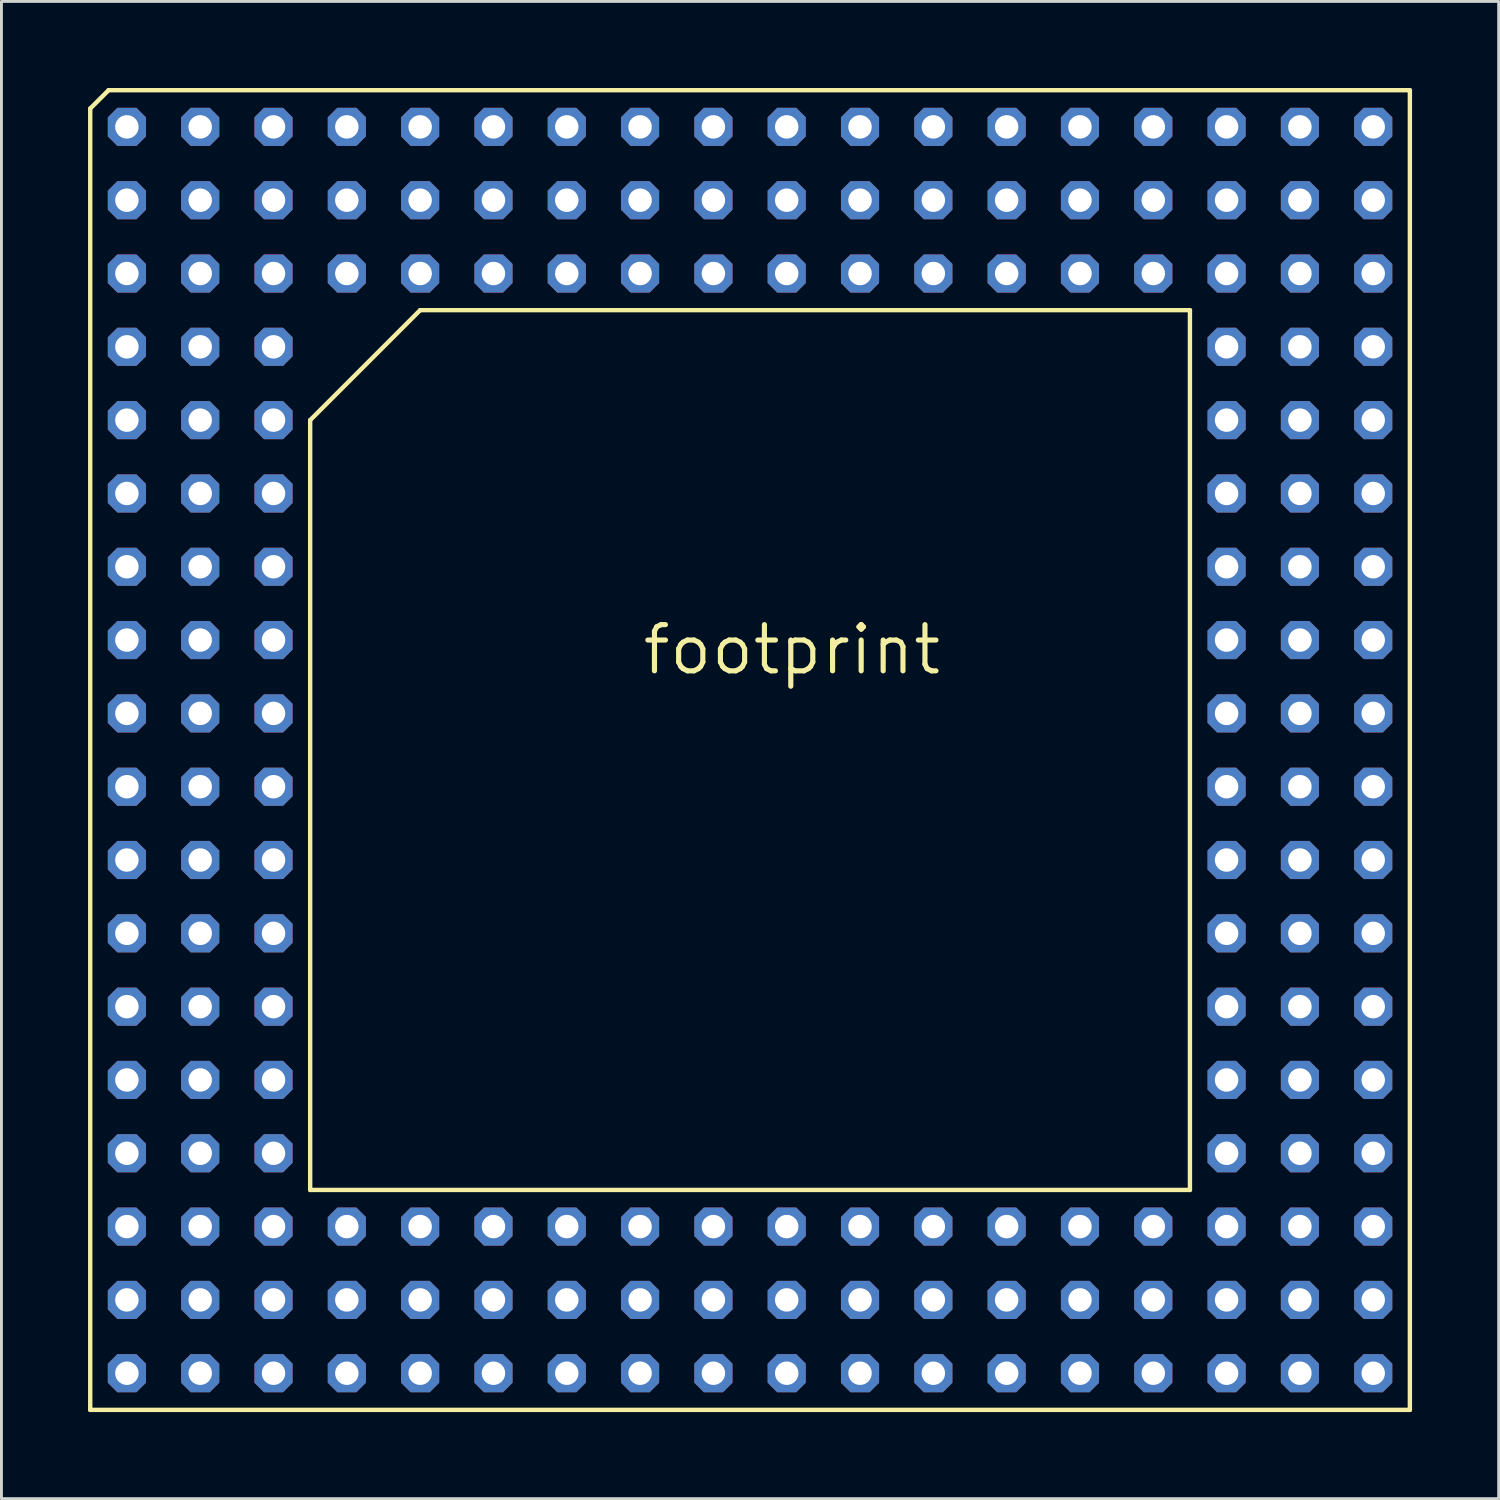
<source format=kicad_pcb>
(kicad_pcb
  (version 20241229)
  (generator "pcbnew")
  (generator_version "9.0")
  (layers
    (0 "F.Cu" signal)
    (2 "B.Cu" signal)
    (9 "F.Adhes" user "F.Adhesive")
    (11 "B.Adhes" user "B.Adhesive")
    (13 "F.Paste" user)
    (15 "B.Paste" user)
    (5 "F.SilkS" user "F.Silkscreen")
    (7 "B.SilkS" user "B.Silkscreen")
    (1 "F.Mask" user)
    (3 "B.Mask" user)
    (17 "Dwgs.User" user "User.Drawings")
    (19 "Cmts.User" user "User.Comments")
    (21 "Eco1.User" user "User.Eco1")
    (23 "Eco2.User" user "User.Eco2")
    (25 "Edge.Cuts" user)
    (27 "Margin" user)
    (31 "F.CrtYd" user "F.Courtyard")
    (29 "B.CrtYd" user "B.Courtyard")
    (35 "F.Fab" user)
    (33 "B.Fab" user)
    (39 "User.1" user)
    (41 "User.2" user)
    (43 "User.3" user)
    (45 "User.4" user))
  (footprint "footprint"
    (layer "F.Cu")
    (at 22.936 22.936)
    (property "Reference" "footprint" (at -3.81 -2.54 0) (layer "F.SilkS") (effects (font (size 1.6 1.6) (thickness 0.178)) (justify left bottom)))
    (fp_line (start -22.86 -22.225) (end -22.225 -22.86) (stroke (width 0.152) (type solid)) (layer "F.SilkS"))
    (fp_line (start -22.86 22.86) (end -22.86 -22.225) (stroke (width 0.152) (type solid)) (layer "F.SilkS"))
    (fp_line (start -22.225 -22.86) (end 22.86 -22.86) (stroke (width 0.152) (type solid)) (layer "F.SilkS"))
    (fp_line (start -15.24 -11.43) (end -15.24 15.24) (stroke (width 0.152) (type solid)) (layer "F.SilkS"))
    (fp_line (start -11.43 -15.24) (end -15.24 -11.43) (stroke (width 0.152) (type solid)) (layer "F.SilkS"))
    (fp_line (start -11.43 -15.24) (end 15.24 -15.24) (stroke (width 0.152) (type solid)) (layer "F.SilkS"))
    (fp_line (start 15.24 15.24) (end -15.24 15.24) (stroke (width 0.152) (type solid)) (layer "F.SilkS"))
    (fp_line (start 15.24 15.24) (end 15.24 -15.24) (stroke (width 0.152) (type solid)) (layer "F.SilkS"))
    (fp_line (start 22.86 -22.86) (end 22.86 22.86) (stroke (width 0.152) (type solid)) (layer "F.SilkS"))
    (fp_line (start 22.86 22.86) (end -22.86 22.86) (stroke (width 0.152) (type solid)) (layer "F.SilkS"))
    (pad "A01" thru_hole roundrect (at -21.59 -21.59 90) (size 1.321 1.321) (drill 0.813) (layers "*.Cu" "*.Mask") (roundrect_rratio 0.25) (chamfer_ratio 0.25) (chamfer top_left top_right bottom_left bottom_right))
    (pad "A02" thru_hole roundrect (at -19.05 -21.59 90) (size 1.321 1.321) (drill 0.813) (layers "*.Cu" "*.Mask") (roundrect_rratio 0.25) (chamfer_ratio 0.25) (chamfer top_left top_right bottom_left bottom_right))
    (pad "A03" thru_hole roundrect (at -16.51 -21.59 90) (size 1.321 1.321) (drill 0.813) (layers "*.Cu" "*.Mask") (roundrect_rratio 0.25) (chamfer_ratio 0.25) (chamfer top_left top_right bottom_left bottom_right))
    (pad "A04" thru_hole roundrect (at -13.97 -21.59 90) (size 1.321 1.321) (drill 0.813) (layers "*.Cu" "*.Mask") (roundrect_rratio 0.25) (chamfer_ratio 0.25) (chamfer top_left top_right bottom_left bottom_right))
    (pad "A05" thru_hole roundrect (at -11.43 -21.59 90) (size 1.321 1.321) (drill 0.813) (layers "*.Cu" "*.Mask") (roundrect_rratio 0.25) (chamfer_ratio 0.25) (chamfer top_left top_right bottom_left bottom_right))
    (pad "A06" thru_hole roundrect (at -8.89 -21.59 90) (size 1.321 1.321) (drill 0.813) (layers "*.Cu" "*.Mask") (roundrect_rratio 0.25) (chamfer_ratio 0.25) (chamfer top_left top_right bottom_left bottom_right))
    (pad "A07" thru_hole roundrect (at -6.35 -21.59 90) (size 1.321 1.321) (drill 0.813) (layers "*.Cu" "*.Mask") (roundrect_rratio 0.25) (chamfer_ratio 0.25) (chamfer top_left top_right bottom_left bottom_right))
    (pad "A08" thru_hole roundrect (at -3.81 -21.59 90) (size 1.321 1.321) (drill 0.813) (layers "*.Cu" "*.Mask") (roundrect_rratio 0.25) (chamfer_ratio 0.25) (chamfer top_left top_right bottom_left bottom_right))
    (pad "A09" thru_hole roundrect (at -1.27 -21.59 90) (size 1.321 1.321) (drill 0.813) (layers "*.Cu" "*.Mask") (roundrect_rratio 0.25) (chamfer_ratio 0.25) (chamfer top_left top_right bottom_left bottom_right))
    (pad "A10" thru_hole roundrect (at 1.27 -21.59 90) (size 1.321 1.321) (drill 0.813) (layers "*.Cu" "*.Mask") (roundrect_rratio 0.25) (chamfer_ratio 0.25) (chamfer top_left top_right bottom_left bottom_right))
    (pad "A11" thru_hole roundrect (at 3.81 -21.59 90) (size 1.321 1.321) (drill 0.813) (layers "*.Cu" "*.Mask") (roundrect_rratio 0.25) (chamfer_ratio 0.25) (chamfer top_left top_right bottom_left bottom_right))
    (pad "A12" thru_hole roundrect (at 6.35 -21.59 90) (size 1.321 1.321) (drill 0.813) (layers "*.Cu" "*.Mask") (roundrect_rratio 0.25) (chamfer_ratio 0.25) (chamfer top_left top_right bottom_left bottom_right))
    (pad "A13" thru_hole roundrect (at 8.89 -21.59 90) (size 1.321 1.321) (drill 0.813) (layers "*.Cu" "*.Mask") (roundrect_rratio 0.25) (chamfer_ratio 0.25) (chamfer top_left top_right bottom_left bottom_right))
    (pad "A14" thru_hole roundrect (at 11.43 -21.59 90) (size 1.321 1.321) (drill 0.813) (layers "*.Cu" "*.Mask") (roundrect_rratio 0.25) (chamfer_ratio 0.25) (chamfer top_left top_right bottom_left bottom_right))
    (pad "A15" thru_hole roundrect (at 13.97 -21.59 90) (size 1.321 1.321) (drill 0.813) (layers "*.Cu" "*.Mask") (roundrect_rratio 0.25) (chamfer_ratio 0.25) (chamfer top_left top_right bottom_left bottom_right))
    (pad "A16" thru_hole roundrect (at 16.51 -21.59 90) (size 1.321 1.321) (drill 0.813) (layers "*.Cu" "*.Mask") (roundrect_rratio 0.25) (chamfer_ratio 0.25) (chamfer top_left top_right bottom_left bottom_right))
    (pad "A17" thru_hole roundrect (at 19.05 -21.59 90) (size 1.321 1.321) (drill 0.813) (layers "*.Cu" "*.Mask") (roundrect_rratio 0.25) (chamfer_ratio 0.25) (chamfer top_left top_right bottom_left bottom_right))
    (pad "A18" thru_hole roundrect (at 21.59 -21.59 90) (size 1.321 1.321) (drill 0.813) (layers "*.Cu" "*.Mask") (roundrect_rratio 0.25) (chamfer_ratio 0.25) (chamfer top_left top_right bottom_left bottom_right))
    (pad "B01" thru_hole roundrect (at -21.59 -19.05 90) (size 1.321 1.321) (drill 0.813) (layers "*.Cu" "*.Mask") (roundrect_rratio 0.25) (chamfer_ratio 0.25) (chamfer top_left top_right bottom_left bottom_right))
    (pad "B02" thru_hole roundrect (at -19.05 -19.05 90) (size 1.321 1.321) (drill 0.813) (layers "*.Cu" "*.Mask") (roundrect_rratio 0.25) (chamfer_ratio 0.25) (chamfer top_left top_right bottom_left bottom_right))
    (pad "B03" thru_hole roundrect (at -16.51 -19.05 90) (size 1.321 1.321) (drill 0.813) (layers "*.Cu" "*.Mask") (roundrect_rratio 0.25) (chamfer_ratio 0.25) (chamfer top_left top_right bottom_left bottom_right))
    (pad "B04" thru_hole roundrect (at -13.97 -19.05 90) (size 1.321 1.321) (drill 0.813) (layers "*.Cu" "*.Mask") (roundrect_rratio 0.25) (chamfer_ratio 0.25) (chamfer top_left top_right bottom_left bottom_right))
    (pad "B05" thru_hole roundrect (at -11.43 -19.05 90) (size 1.321 1.321) (drill 0.813) (layers "*.Cu" "*.Mask") (roundrect_rratio 0.25) (chamfer_ratio 0.25) (chamfer top_left top_right bottom_left bottom_right))
    (pad "B06" thru_hole roundrect (at -8.89 -19.05 90) (size 1.321 1.321) (drill 0.813) (layers "*.Cu" "*.Mask") (roundrect_rratio 0.25) (chamfer_ratio 0.25) (chamfer top_left top_right bottom_left bottom_right))
    (pad "B07" thru_hole roundrect (at -6.35 -19.05 90) (size 1.321 1.321) (drill 0.813) (layers "*.Cu" "*.Mask") (roundrect_rratio 0.25) (chamfer_ratio 0.25) (chamfer top_left top_right bottom_left bottom_right))
    (pad "B08" thru_hole roundrect (at -3.81 -19.05 90) (size 1.321 1.321) (drill 0.813) (layers "*.Cu" "*.Mask") (roundrect_rratio 0.25) (chamfer_ratio 0.25) (chamfer top_left top_right bottom_left bottom_right))
    (pad "B09" thru_hole roundrect (at -1.27 -19.05 90) (size 1.321 1.321) (drill 0.813) (layers "*.Cu" "*.Mask") (roundrect_rratio 0.25) (chamfer_ratio 0.25) (chamfer top_left top_right bottom_left bottom_right))
    (pad "B10" thru_hole roundrect (at 1.27 -19.05 90) (size 1.321 1.321) (drill 0.813) (layers "*.Cu" "*.Mask") (roundrect_rratio 0.25) (chamfer_ratio 0.25) (chamfer top_left top_right bottom_left bottom_right))
    (pad "B11" thru_hole roundrect (at 3.81 -19.05 90) (size 1.321 1.321) (drill 0.813) (layers "*.Cu" "*.Mask") (roundrect_rratio 0.25) (chamfer_ratio 0.25) (chamfer top_left top_right bottom_left bottom_right))
    (pad "B12" thru_hole roundrect (at 6.35 -19.05 90) (size 1.321 1.321) (drill 0.813) (layers "*.Cu" "*.Mask") (roundrect_rratio 0.25) (chamfer_ratio 0.25) (chamfer top_left top_right bottom_left bottom_right))
    (pad "B13" thru_hole roundrect (at 8.89 -19.05 90) (size 1.321 1.321) (drill 0.813) (layers "*.Cu" "*.Mask") (roundrect_rratio 0.25) (chamfer_ratio 0.25) (chamfer top_left top_right bottom_left bottom_right))
    (pad "B14" thru_hole roundrect (at 11.43 -19.05 90) (size 1.321 1.321) (drill 0.813) (layers "*.Cu" "*.Mask") (roundrect_rratio 0.25) (chamfer_ratio 0.25) (chamfer top_left top_right bottom_left bottom_right))
    (pad "B15" thru_hole roundrect (at 13.97 -19.05 90) (size 1.321 1.321) (drill 0.813) (layers "*.Cu" "*.Mask") (roundrect_rratio 0.25) (chamfer_ratio 0.25) (chamfer top_left top_right bottom_left bottom_right))
    (pad "B16" thru_hole roundrect (at 16.51 -19.05 90) (size 1.321 1.321) (drill 0.813) (layers "*.Cu" "*.Mask") (roundrect_rratio 0.25) (chamfer_ratio 0.25) (chamfer top_left top_right bottom_left bottom_right))
    (pad "B17" thru_hole roundrect (at 19.05 -19.05 90) (size 1.321 1.321) (drill 0.813) (layers "*.Cu" "*.Mask") (roundrect_rratio 0.25) (chamfer_ratio 0.25) (chamfer top_left top_right bottom_left bottom_right))
    (pad "B18" thru_hole roundrect (at 21.59 -19.05 90) (size 1.321 1.321) (drill 0.813) (layers "*.Cu" "*.Mask") (roundrect_rratio 0.25) (chamfer_ratio 0.25) (chamfer top_left top_right bottom_left bottom_right))
    (pad "C01" thru_hole roundrect (at -21.59 -16.51 90) (size 1.321 1.321) (drill 0.813) (layers "*.Cu" "*.Mask") (roundrect_rratio 0.25) (chamfer_ratio 0.25) (chamfer top_left top_right bottom_left bottom_right))
    (pad "C02" thru_hole roundrect (at -19.05 -16.51 90) (size 1.321 1.321) (drill 0.813) (layers "*.Cu" "*.Mask") (roundrect_rratio 0.25) (chamfer_ratio 0.25) (chamfer top_left top_right bottom_left bottom_right))
    (pad "C03" thru_hole roundrect (at -16.51 -16.51 90) (size 1.321 1.321) (drill 0.813) (layers "*.Cu" "*.Mask") (roundrect_rratio 0.25) (chamfer_ratio 0.25) (chamfer top_left top_right bottom_left bottom_right))
    (pad "C04" thru_hole roundrect (at -13.97 -16.51 90) (size 1.321 1.321) (drill 0.813) (layers "*.Cu" "*.Mask") (roundrect_rratio 0.25) (chamfer_ratio 0.25) (chamfer top_left top_right bottom_left bottom_right))
    (pad "C05" thru_hole roundrect (at -11.43 -16.51 90) (size 1.321 1.321) (drill 0.813) (layers "*.Cu" "*.Mask") (roundrect_rratio 0.25) (chamfer_ratio 0.25) (chamfer top_left top_right bottom_left bottom_right))
    (pad "C06" thru_hole roundrect (at -8.89 -16.51 90) (size 1.321 1.321) (drill 0.813) (layers "*.Cu" "*.Mask") (roundrect_rratio 0.25) (chamfer_ratio 0.25) (chamfer top_left top_right bottom_left bottom_right))
    (pad "C07" thru_hole roundrect (at -6.35 -16.51 90) (size 1.321 1.321) (drill 0.813) (layers "*.Cu" "*.Mask") (roundrect_rratio 0.25) (chamfer_ratio 0.25) (chamfer top_left top_right bottom_left bottom_right))
    (pad "C08" thru_hole roundrect (at -3.81 -16.51 90) (size 1.321 1.321) (drill 0.813) (layers "*.Cu" "*.Mask") (roundrect_rratio 0.25) (chamfer_ratio 0.25) (chamfer top_left top_right bottom_left bottom_right))
    (pad "C09" thru_hole roundrect (at -1.27 -16.51 90) (size 1.321 1.321) (drill 0.813) (layers "*.Cu" "*.Mask") (roundrect_rratio 0.25) (chamfer_ratio 0.25) (chamfer top_left top_right bottom_left bottom_right))
    (pad "C10" thru_hole roundrect (at 1.27 -16.51 90) (size 1.321 1.321) (drill 0.813) (layers "*.Cu" "*.Mask") (roundrect_rratio 0.25) (chamfer_ratio 0.25) (chamfer top_left top_right bottom_left bottom_right))
    (pad "C11" thru_hole roundrect (at 3.81 -16.51 90) (size 1.321 1.321) (drill 0.813) (layers "*.Cu" "*.Mask") (roundrect_rratio 0.25) (chamfer_ratio 0.25) (chamfer top_left top_right bottom_left bottom_right))
    (pad "C12" thru_hole roundrect (at 6.35 -16.51 90) (size 1.321 1.321) (drill 0.813) (layers "*.Cu" "*.Mask") (roundrect_rratio 0.25) (chamfer_ratio 0.25) (chamfer top_left top_right bottom_left bottom_right))
    (pad "C13" thru_hole roundrect (at 8.89 -16.51 90) (size 1.321 1.321) (drill 0.813) (layers "*.Cu" "*.Mask") (roundrect_rratio 0.25) (chamfer_ratio 0.25) (chamfer top_left top_right bottom_left bottom_right))
    (pad "C14" thru_hole roundrect (at 11.43 -16.51 90) (size 1.321 1.321) (drill 0.813) (layers "*.Cu" "*.Mask") (roundrect_rratio 0.25) (chamfer_ratio 0.25) (chamfer top_left top_right bottom_left bottom_right))
    (pad "C15" thru_hole roundrect (at 13.97 -16.51 90) (size 1.321 1.321) (drill 0.813) (layers "*.Cu" "*.Mask") (roundrect_rratio 0.25) (chamfer_ratio 0.25) (chamfer top_left top_right bottom_left bottom_right))
    (pad "C16" thru_hole roundrect (at 16.51 -16.51 90) (size 1.321 1.321) (drill 0.813) (layers "*.Cu" "*.Mask") (roundrect_rratio 0.25) (chamfer_ratio 0.25) (chamfer top_left top_right bottom_left bottom_right))
    (pad "C17" thru_hole roundrect (at 19.05 -16.51 90) (size 1.321 1.321) (drill 0.813) (layers "*.Cu" "*.Mask") (roundrect_rratio 0.25) (chamfer_ratio 0.25) (chamfer top_left top_right bottom_left bottom_right))
    (pad "C18" thru_hole roundrect (at 21.59 -16.51 90) (size 1.321 1.321) (drill 0.813) (layers "*.Cu" "*.Mask") (roundrect_rratio 0.25) (chamfer_ratio 0.25) (chamfer top_left top_right bottom_left bottom_right))
    (pad "D01" thru_hole roundrect (at -21.59 -13.97 90) (size 1.321 1.321) (drill 0.813) (layers "*.Cu" "*.Mask") (roundrect_rratio 0.25) (chamfer_ratio 0.25) (chamfer top_left top_right bottom_left bottom_right))
    (pad "D02" thru_hole roundrect (at -19.05 -13.97 90) (size 1.321 1.321) (drill 0.813) (layers "*.Cu" "*.Mask") (roundrect_rratio 0.25) (chamfer_ratio 0.25) (chamfer top_left top_right bottom_left bottom_right))
    (pad "D03" thru_hole roundrect (at -16.51 -13.97 90) (size 1.321 1.321) (drill 0.813) (layers "*.Cu" "*.Mask") (roundrect_rratio 0.25) (chamfer_ratio 0.25) (chamfer top_left top_right bottom_left bottom_right))
    (pad "D16" thru_hole roundrect (at 16.51 -13.97 90) (size 1.321 1.321) (drill 0.813) (layers "*.Cu" "*.Mask") (roundrect_rratio 0.25) (chamfer_ratio 0.25) (chamfer top_left top_right bottom_left bottom_right))
    (pad "D17" thru_hole roundrect (at 19.05 -13.97 90) (size 1.321 1.321) (drill 0.813) (layers "*.Cu" "*.Mask") (roundrect_rratio 0.25) (chamfer_ratio 0.25) (chamfer top_left top_right bottom_left bottom_right))
    (pad "D18" thru_hole roundrect (at 21.59 -13.97 90) (size 1.321 1.321) (drill 0.813) (layers "*.Cu" "*.Mask") (roundrect_rratio 0.25) (chamfer_ratio 0.25) (chamfer top_left top_right bottom_left bottom_right))
    (pad "E01" thru_hole roundrect (at -21.59 -11.43 90) (size 1.321 1.321) (drill 0.813) (layers "*.Cu" "*.Mask") (roundrect_rratio 0.25) (chamfer_ratio 0.25) (chamfer top_left top_right bottom_left bottom_right))
    (pad "E02" thru_hole roundrect (at -19.05 -11.43 90) (size 1.321 1.321) (drill 0.813) (layers "*.Cu" "*.Mask") (roundrect_rratio 0.25) (chamfer_ratio 0.25) (chamfer top_left top_right bottom_left bottom_right))
    (pad "E03" thru_hole roundrect (at -16.51 -11.43 90) (size 1.321 1.321) (drill 0.813) (layers "*.Cu" "*.Mask") (roundrect_rratio 0.25) (chamfer_ratio 0.25) (chamfer top_left top_right bottom_left bottom_right))
    (pad "E16" thru_hole roundrect (at 16.51 -11.43 90) (size 1.321 1.321) (drill 0.813) (layers "*.Cu" "*.Mask") (roundrect_rratio 0.25) (chamfer_ratio 0.25) (chamfer top_left top_right bottom_left bottom_right))
    (pad "E17" thru_hole roundrect (at 19.05 -11.43 90) (size 1.321 1.321) (drill 0.813) (layers "*.Cu" "*.Mask") (roundrect_rratio 0.25) (chamfer_ratio 0.25) (chamfer top_left top_right bottom_left bottom_right))
    (pad "E18" thru_hole roundrect (at 21.59 -11.43 90) (size 1.321 1.321) (drill 0.813) (layers "*.Cu" "*.Mask") (roundrect_rratio 0.25) (chamfer_ratio 0.25) (chamfer top_left top_right bottom_left bottom_right))
    (pad "F01" thru_hole roundrect (at -21.59 -8.89 90) (size 1.321 1.321) (drill 0.813) (layers "*.Cu" "*.Mask") (roundrect_rratio 0.25) (chamfer_ratio 0.25) (chamfer top_left top_right bottom_left bottom_right))
    (pad "F02" thru_hole roundrect (at -19.05 -8.89 90) (size 1.321 1.321) (drill 0.813) (layers "*.Cu" "*.Mask") (roundrect_rratio 0.25) (chamfer_ratio 0.25) (chamfer top_left top_right bottom_left bottom_right))
    (pad "F03" thru_hole roundrect (at -16.51 -8.89 90) (size 1.321 1.321) (drill 0.813) (layers "*.Cu" "*.Mask") (roundrect_rratio 0.25) (chamfer_ratio 0.25) (chamfer top_left top_right bottom_left bottom_right))
    (pad "F16" thru_hole roundrect (at 16.51 -8.89 90) (size 1.321 1.321) (drill 0.813) (layers "*.Cu" "*.Mask") (roundrect_rratio 0.25) (chamfer_ratio 0.25) (chamfer top_left top_right bottom_left bottom_right))
    (pad "F17" thru_hole roundrect (at 19.05 -8.89 90) (size 1.321 1.321) (drill 0.813) (layers "*.Cu" "*.Mask") (roundrect_rratio 0.25) (chamfer_ratio 0.25) (chamfer top_left top_right bottom_left bottom_right))
    (pad "F18" thru_hole roundrect (at 21.59 -8.89 90) (size 1.321 1.321) (drill 0.813) (layers "*.Cu" "*.Mask") (roundrect_rratio 0.25) (chamfer_ratio 0.25) (chamfer top_left top_right bottom_left bottom_right))
    (pad "G01" thru_hole roundrect (at -21.59 -6.35 90) (size 1.321 1.321) (drill 0.813) (layers "*.Cu" "*.Mask") (roundrect_rratio 0.25) (chamfer_ratio 0.25) (chamfer top_left top_right bottom_left bottom_right))
    (pad "G02" thru_hole roundrect (at -19.05 -6.35 90) (size 1.321 1.321) (drill 0.813) (layers "*.Cu" "*.Mask") (roundrect_rratio 0.25) (chamfer_ratio 0.25) (chamfer top_left top_right bottom_left bottom_right))
    (pad "G03" thru_hole roundrect (at -16.51 -6.35 90) (size 1.321 1.321) (drill 0.813) (layers "*.Cu" "*.Mask") (roundrect_rratio 0.25) (chamfer_ratio 0.25) (chamfer top_left top_right bottom_left bottom_right))
    (pad "G16" thru_hole roundrect (at 16.51 -6.35 90) (size 1.321 1.321) (drill 0.813) (layers "*.Cu" "*.Mask") (roundrect_rratio 0.25) (chamfer_ratio 0.25) (chamfer top_left top_right bottom_left bottom_right))
    (pad "G17" thru_hole roundrect (at 19.05 -6.35 90) (size 1.321 1.321) (drill 0.813) (layers "*.Cu" "*.Mask") (roundrect_rratio 0.25) (chamfer_ratio 0.25) (chamfer top_left top_right bottom_left bottom_right))
    (pad "G18" thru_hole roundrect (at 21.59 -6.35 90) (size 1.321 1.321) (drill 0.813) (layers "*.Cu" "*.Mask") (roundrect_rratio 0.25) (chamfer_ratio 0.25) (chamfer top_left top_right bottom_left bottom_right))
    (pad "H01" thru_hole roundrect (at -21.59 -3.81 90) (size 1.321 1.321) (drill 0.813) (layers "*.Cu" "*.Mask") (roundrect_rratio 0.25) (chamfer_ratio 0.25) (chamfer top_left top_right bottom_left bottom_right))
    (pad "H02" thru_hole roundrect (at -19.05 -3.81 90) (size 1.321 1.321) (drill 0.813) (layers "*.Cu" "*.Mask") (roundrect_rratio 0.25) (chamfer_ratio 0.25) (chamfer top_left top_right bottom_left bottom_right))
    (pad "H03" thru_hole roundrect (at -16.51 -3.81 90) (size 1.321 1.321) (drill 0.813) (layers "*.Cu" "*.Mask") (roundrect_rratio 0.25) (chamfer_ratio 0.25) (chamfer top_left top_right bottom_left bottom_right))
    (pad "H16" thru_hole roundrect (at 16.51 -3.81 90) (size 1.321 1.321) (drill 0.813) (layers "*.Cu" "*.Mask") (roundrect_rratio 0.25) (chamfer_ratio 0.25) (chamfer top_left top_right bottom_left bottom_right))
    (pad "H17" thru_hole roundrect (at 19.05 -3.81 90) (size 1.321 1.321) (drill 0.813) (layers "*.Cu" "*.Mask") (roundrect_rratio 0.25) (chamfer_ratio 0.25) (chamfer top_left top_right bottom_left bottom_right))
    (pad "H18" thru_hole roundrect (at 21.59 -3.81 90) (size 1.321 1.321) (drill 0.813) (layers "*.Cu" "*.Mask") (roundrect_rratio 0.25) (chamfer_ratio 0.25) (chamfer top_left top_right bottom_left bottom_right))
    (pad "J01" thru_hole roundrect (at -21.59 -1.27 90) (size 1.321 1.321) (drill 0.813) (layers "*.Cu" "*.Mask") (roundrect_rratio 0.25) (chamfer_ratio 0.25) (chamfer top_left top_right bottom_left bottom_right))
    (pad "J02" thru_hole roundrect (at -19.05 -1.27 90) (size 1.321 1.321) (drill 0.813) (layers "*.Cu" "*.Mask") (roundrect_rratio 0.25) (chamfer_ratio 0.25) (chamfer top_left top_right bottom_left bottom_right))
    (pad "J03" thru_hole roundrect (at -16.51 -1.27 90) (size 1.321 1.321) (drill 0.813) (layers "*.Cu" "*.Mask") (roundrect_rratio 0.25) (chamfer_ratio 0.25) (chamfer top_left top_right bottom_left bottom_right))
    (pad "J16" thru_hole roundrect (at 16.51 -1.27 90) (size 1.321 1.321) (drill 0.813) (layers "*.Cu" "*.Mask") (roundrect_rratio 0.25) (chamfer_ratio 0.25) (chamfer top_left top_right bottom_left bottom_right))
    (pad "J17" thru_hole roundrect (at 19.05 -1.27 90) (size 1.321 1.321) (drill 0.813) (layers "*.Cu" "*.Mask") (roundrect_rratio 0.25) (chamfer_ratio 0.25) (chamfer top_left top_right bottom_left bottom_right))
    (pad "J18" thru_hole roundrect (at 21.59 -1.27 90) (size 1.321 1.321) (drill 0.813) (layers "*.Cu" "*.Mask") (roundrect_rratio 0.25) (chamfer_ratio 0.25) (chamfer top_left top_right bottom_left bottom_right))
    (pad "K01" thru_hole roundrect (at -21.59 1.27 90) (size 1.321 1.321) (drill 0.813) (layers "*.Cu" "*.Mask") (roundrect_rratio 0.25) (chamfer_ratio 0.25) (chamfer top_left top_right bottom_left bottom_right))
    (pad "K02" thru_hole roundrect (at -19.05 1.27 90) (size 1.321 1.321) (drill 0.813) (layers "*.Cu" "*.Mask") (roundrect_rratio 0.25) (chamfer_ratio 0.25) (chamfer top_left top_right bottom_left bottom_right))
    (pad "K03" thru_hole roundrect (at -16.51 1.27 90) (size 1.321 1.321) (drill 0.813) (layers "*.Cu" "*.Mask") (roundrect_rratio 0.25) (chamfer_ratio 0.25) (chamfer top_left top_right bottom_left bottom_right))
    (pad "K16" thru_hole roundrect (at 16.51 1.27 90) (size 1.321 1.321) (drill 0.813) (layers "*.Cu" "*.Mask") (roundrect_rratio 0.25) (chamfer_ratio 0.25) (chamfer top_left top_right bottom_left bottom_right))
    (pad "K17" thru_hole roundrect (at 19.05 1.27 90) (size 1.321 1.321) (drill 0.813) (layers "*.Cu" "*.Mask") (roundrect_rratio 0.25) (chamfer_ratio 0.25) (chamfer top_left top_right bottom_left bottom_right))
    (pad "K18" thru_hole roundrect (at 21.59 1.27 90) (size 1.321 1.321) (drill 0.813) (layers "*.Cu" "*.Mask") (roundrect_rratio 0.25) (chamfer_ratio 0.25) (chamfer top_left top_right bottom_left bottom_right))
    (pad "L01" thru_hole roundrect (at -21.59 3.81 90) (size 1.321 1.321) (drill 0.813) (layers "*.Cu" "*.Mask") (roundrect_rratio 0.25) (chamfer_ratio 0.25) (chamfer top_left top_right bottom_left bottom_right))
    (pad "L02" thru_hole roundrect (at -19.05 3.81 90) (size 1.321 1.321) (drill 0.813) (layers "*.Cu" "*.Mask") (roundrect_rratio 0.25) (chamfer_ratio 0.25) (chamfer top_left top_right bottom_left bottom_right))
    (pad "L03" thru_hole roundrect (at -16.51 3.81 90) (size 1.321 1.321) (drill 0.813) (layers "*.Cu" "*.Mask") (roundrect_rratio 0.25) (chamfer_ratio 0.25) (chamfer top_left top_right bottom_left bottom_right))
    (pad "L16" thru_hole roundrect (at 16.51 3.81 90) (size 1.321 1.321) (drill 0.813) (layers "*.Cu" "*.Mask") (roundrect_rratio 0.25) (chamfer_ratio 0.25) (chamfer top_left top_right bottom_left bottom_right))
    (pad "L17" thru_hole roundrect (at 19.05 3.81 90) (size 1.321 1.321) (drill 0.813) (layers "*.Cu" "*.Mask") (roundrect_rratio 0.25) (chamfer_ratio 0.25) (chamfer top_left top_right bottom_left bottom_right))
    (pad "L18" thru_hole roundrect (at 21.59 3.81 90) (size 1.321 1.321) (drill 0.813) (layers "*.Cu" "*.Mask") (roundrect_rratio 0.25) (chamfer_ratio 0.25) (chamfer top_left top_right bottom_left bottom_right))
    (pad "M01" thru_hole roundrect (at -21.59 6.35 90) (size 1.321 1.321) (drill 0.813) (layers "*.Cu" "*.Mask") (roundrect_rratio 0.25) (chamfer_ratio 0.25) (chamfer top_left top_right bottom_left bottom_right))
    (pad "M02" thru_hole roundrect (at -19.05 6.35 90) (size 1.321 1.321) (drill 0.813) (layers "*.Cu" "*.Mask") (roundrect_rratio 0.25) (chamfer_ratio 0.25) (chamfer top_left top_right bottom_left bottom_right))
    (pad "M03" thru_hole roundrect (at -16.51 6.35 90) (size 1.321 1.321) (drill 0.813) (layers "*.Cu" "*.Mask") (roundrect_rratio 0.25) (chamfer_ratio 0.25) (chamfer top_left top_right bottom_left bottom_right))
    (pad "M16" thru_hole roundrect (at 16.51 6.35 90) (size 1.321 1.321) (drill 0.813) (layers "*.Cu" "*.Mask") (roundrect_rratio 0.25) (chamfer_ratio 0.25) (chamfer top_left top_right bottom_left bottom_right))
    (pad "M17" thru_hole roundrect (at 19.05 6.35 90) (size 1.321 1.321) (drill 0.813) (layers "*.Cu" "*.Mask") (roundrect_rratio 0.25) (chamfer_ratio 0.25) (chamfer top_left top_right bottom_left bottom_right))
    (pad "M18" thru_hole roundrect (at 21.59 6.35 90) (size 1.321 1.321) (drill 0.813) (layers "*.Cu" "*.Mask") (roundrect_rratio 0.25) (chamfer_ratio 0.25) (chamfer top_left top_right bottom_left bottom_right))
    (pad "N01" thru_hole roundrect (at -21.59 8.89 90) (size 1.321 1.321) (drill 0.813) (layers "*.Cu" "*.Mask") (roundrect_rratio 0.25) (chamfer_ratio 0.25) (chamfer top_left top_right bottom_left bottom_right))
    (pad "N02" thru_hole roundrect (at -19.05 8.89 90) (size 1.321 1.321) (drill 0.813) (layers "*.Cu" "*.Mask") (roundrect_rratio 0.25) (chamfer_ratio 0.25) (chamfer top_left top_right bottom_left bottom_right))
    (pad "N03" thru_hole roundrect (at -16.51 8.89 90) (size 1.321 1.321) (drill 0.813) (layers "*.Cu" "*.Mask") (roundrect_rratio 0.25) (chamfer_ratio 0.25) (chamfer top_left top_right bottom_left bottom_right))
    (pad "N16" thru_hole roundrect (at 16.51 8.89 90) (size 1.321 1.321) (drill 0.813) (layers "*.Cu" "*.Mask") (roundrect_rratio 0.25) (chamfer_ratio 0.25) (chamfer top_left top_right bottom_left bottom_right))
    (pad "N17" thru_hole roundrect (at 19.05 8.89 90) (size 1.321 1.321) (drill 0.813) (layers "*.Cu" "*.Mask") (roundrect_rratio 0.25) (chamfer_ratio 0.25) (chamfer top_left top_right bottom_left bottom_right))
    (pad "N18" thru_hole roundrect (at 21.59 8.89 90) (size 1.321 1.321) (drill 0.813) (layers "*.Cu" "*.Mask") (roundrect_rratio 0.25) (chamfer_ratio 0.25) (chamfer top_left top_right bottom_left bottom_right))
    (pad "P01" thru_hole roundrect (at -21.59 11.43 90) (size 1.321 1.321) (drill 0.813) (layers "*.Cu" "*.Mask") (roundrect_rratio 0.25) (chamfer_ratio 0.25) (chamfer top_left top_right bottom_left bottom_right))
    (pad "P02" thru_hole roundrect (at -19.05 11.43 90) (size 1.321 1.321) (drill 0.813) (layers "*.Cu" "*.Mask") (roundrect_rratio 0.25) (chamfer_ratio 0.25) (chamfer top_left top_right bottom_left bottom_right))
    (pad "P03" thru_hole roundrect (at -16.51 11.43 90) (size 1.321 1.321) (drill 0.813) (layers "*.Cu" "*.Mask") (roundrect_rratio 0.25) (chamfer_ratio 0.25) (chamfer top_left top_right bottom_left bottom_right))
    (pad "P16" thru_hole roundrect (at 16.51 11.43 90) (size 1.321 1.321) (drill 0.813) (layers "*.Cu" "*.Mask") (roundrect_rratio 0.25) (chamfer_ratio 0.25) (chamfer top_left top_right bottom_left bottom_right))
    (pad "P17" thru_hole roundrect (at 19.05 11.43 90) (size 1.321 1.321) (drill 0.813) (layers "*.Cu" "*.Mask") (roundrect_rratio 0.25) (chamfer_ratio 0.25) (chamfer top_left top_right bottom_left bottom_right))
    (pad "P18" thru_hole roundrect (at 21.59 11.43 90) (size 1.321 1.321) (drill 0.813) (layers "*.Cu" "*.Mask") (roundrect_rratio 0.25) (chamfer_ratio 0.25) (chamfer top_left top_right bottom_left bottom_right))
    (pad "Q01" thru_hole roundrect (at -21.59 13.97 90) (size 1.321 1.321) (drill 0.813) (layers "*.Cu" "*.Mask") (roundrect_rratio 0.25) (chamfer_ratio 0.25) (chamfer top_left top_right bottom_left bottom_right))
    (pad "Q02" thru_hole roundrect (at -19.05 13.97 90) (size 1.321 1.321) (drill 0.813) (layers "*.Cu" "*.Mask") (roundrect_rratio 0.25) (chamfer_ratio 0.25) (chamfer top_left top_right bottom_left bottom_right))
    (pad "Q03" thru_hole roundrect (at -16.51 13.97 90) (size 1.321 1.321) (drill 0.813) (layers "*.Cu" "*.Mask") (roundrect_rratio 0.25) (chamfer_ratio 0.25) (chamfer top_left top_right bottom_left bottom_right))
    (pad "Q16" thru_hole roundrect (at 16.51 13.97 90) (size 1.321 1.321) (drill 0.813) (layers "*.Cu" "*.Mask") (roundrect_rratio 0.25) (chamfer_ratio 0.25) (chamfer top_left top_right bottom_left bottom_right))
    (pad "Q17" thru_hole roundrect (at 19.05 13.97 90) (size 1.321 1.321) (drill 0.813) (layers "*.Cu" "*.Mask") (roundrect_rratio 0.25) (chamfer_ratio 0.25) (chamfer top_left top_right bottom_left bottom_right))
    (pad "Q18" thru_hole roundrect (at 21.59 13.97 90) (size 1.321 1.321) (drill 0.813) (layers "*.Cu" "*.Mask") (roundrect_rratio 0.25) (chamfer_ratio 0.25) (chamfer top_left top_right bottom_left bottom_right))
    (pad "R01" thru_hole roundrect (at -21.59 16.51 90) (size 1.321 1.321) (drill 0.813) (layers "*.Cu" "*.Mask") (roundrect_rratio 0.25) (chamfer_ratio 0.25) (chamfer top_left top_right bottom_left bottom_right))
    (pad "R02" thru_hole roundrect (at -19.05 16.51 90) (size 1.321 1.321) (drill 0.813) (layers "*.Cu" "*.Mask") (roundrect_rratio 0.25) (chamfer_ratio 0.25) (chamfer top_left top_right bottom_left bottom_right))
    (pad "R03" thru_hole roundrect (at -16.51 16.51 90) (size 1.321 1.321) (drill 0.813) (layers "*.Cu" "*.Mask") (roundrect_rratio 0.25) (chamfer_ratio 0.25) (chamfer top_left top_right bottom_left bottom_right))
    (pad "R04" thru_hole roundrect (at -13.97 16.51 90) (size 1.321 1.321) (drill 0.813) (layers "*.Cu" "*.Mask") (roundrect_rratio 0.25) (chamfer_ratio 0.25) (chamfer top_left top_right bottom_left bottom_right))
    (pad "R05" thru_hole roundrect (at -11.43 16.51 90) (size 1.321 1.321) (drill 0.813) (layers "*.Cu" "*.Mask") (roundrect_rratio 0.25) (chamfer_ratio 0.25) (chamfer top_left top_right bottom_left bottom_right))
    (pad "R06" thru_hole roundrect (at -8.89 16.51 90) (size 1.321 1.321) (drill 0.813) (layers "*.Cu" "*.Mask") (roundrect_rratio 0.25) (chamfer_ratio 0.25) (chamfer top_left top_right bottom_left bottom_right))
    (pad "R07" thru_hole roundrect (at -6.35 16.51 90) (size 1.321 1.321) (drill 0.813) (layers "*.Cu" "*.Mask") (roundrect_rratio 0.25) (chamfer_ratio 0.25) (chamfer top_left top_right bottom_left bottom_right))
    (pad "R08" thru_hole roundrect (at -3.81 16.51 90) (size 1.321 1.321) (drill 0.813) (layers "*.Cu" "*.Mask") (roundrect_rratio 0.25) (chamfer_ratio 0.25) (chamfer top_left top_right bottom_left bottom_right))
    (pad "R09" thru_hole roundrect (at -1.27 16.51 90) (size 1.321 1.321) (drill 0.813) (layers "*.Cu" "*.Mask") (roundrect_rratio 0.25) (chamfer_ratio 0.25) (chamfer top_left top_right bottom_left bottom_right))
    (pad "R10" thru_hole roundrect (at 1.27 16.51 90) (size 1.321 1.321) (drill 0.813) (layers "*.Cu" "*.Mask") (roundrect_rratio 0.25) (chamfer_ratio 0.25) (chamfer top_left top_right bottom_left bottom_right))
    (pad "R11" thru_hole roundrect (at 3.81 16.51 90) (size 1.321 1.321) (drill 0.813) (layers "*.Cu" "*.Mask") (roundrect_rratio 0.25) (chamfer_ratio 0.25) (chamfer top_left top_right bottom_left bottom_right))
    (pad "R12" thru_hole roundrect (at 6.35 16.51 90) (size 1.321 1.321) (drill 0.813) (layers "*.Cu" "*.Mask") (roundrect_rratio 0.25) (chamfer_ratio 0.25) (chamfer top_left top_right bottom_left bottom_right))
    (pad "R13" thru_hole roundrect (at 8.89 16.51 90) (size 1.321 1.321) (drill 0.813) (layers "*.Cu" "*.Mask") (roundrect_rratio 0.25) (chamfer_ratio 0.25) (chamfer top_left top_right bottom_left bottom_right))
    (pad "R14" thru_hole roundrect (at 11.43 16.51 90) (size 1.321 1.321) (drill 0.813) (layers "*.Cu" "*.Mask") (roundrect_rratio 0.25) (chamfer_ratio 0.25) (chamfer top_left top_right bottom_left bottom_right))
    (pad "R15" thru_hole roundrect (at 13.97 16.51 90) (size 1.321 1.321) (drill 0.813) (layers "*.Cu" "*.Mask") (roundrect_rratio 0.25) (chamfer_ratio 0.25) (chamfer top_left top_right bottom_left bottom_right))
    (pad "R16" thru_hole roundrect (at 16.51 16.51 90) (size 1.321 1.321) (drill 0.813) (layers "*.Cu" "*.Mask") (roundrect_rratio 0.25) (chamfer_ratio 0.25) (chamfer top_left top_right bottom_left bottom_right))
    (pad "R17" thru_hole roundrect (at 19.05 16.51 90) (size 1.321 1.321) (drill 0.813) (layers "*.Cu" "*.Mask") (roundrect_rratio 0.25) (chamfer_ratio 0.25) (chamfer top_left top_right bottom_left bottom_right))
    (pad "R18" thru_hole roundrect (at 21.59 16.51 90) (size 1.321 1.321) (drill 0.813) (layers "*.Cu" "*.Mask") (roundrect_rratio 0.25) (chamfer_ratio 0.25) (chamfer top_left top_right bottom_left bottom_right))
    (pad "S01" thru_hole roundrect (at -21.59 19.05 90) (size 1.321 1.321) (drill 0.813) (layers "*.Cu" "*.Mask") (roundrect_rratio 0.25) (chamfer_ratio 0.25) (chamfer top_left top_right bottom_left bottom_right))
    (pad "S02" thru_hole roundrect (at -19.05 19.05 90) (size 1.321 1.321) (drill 0.813) (layers "*.Cu" "*.Mask") (roundrect_rratio 0.25) (chamfer_ratio 0.25) (chamfer top_left top_right bottom_left bottom_right))
    (pad "S03" thru_hole roundrect (at -16.51 19.05 90) (size 1.321 1.321) (drill 0.813) (layers "*.Cu" "*.Mask") (roundrect_rratio 0.25) (chamfer_ratio 0.25) (chamfer top_left top_right bottom_left bottom_right))
    (pad "S04" thru_hole roundrect (at -13.97 19.05 90) (size 1.321 1.321) (drill 0.813) (layers "*.Cu" "*.Mask") (roundrect_rratio 0.25) (chamfer_ratio 0.25) (chamfer top_left top_right bottom_left bottom_right))
    (pad "S05" thru_hole roundrect (at -11.43 19.05 90) (size 1.321 1.321) (drill 0.813) (layers "*.Cu" "*.Mask") (roundrect_rratio 0.25) (chamfer_ratio 0.25) (chamfer top_left top_right bottom_left bottom_right))
    (pad "S06" thru_hole roundrect (at -8.89 19.05 90) (size 1.321 1.321) (drill 0.813) (layers "*.Cu" "*.Mask") (roundrect_rratio 0.25) (chamfer_ratio 0.25) (chamfer top_left top_right bottom_left bottom_right))
    (pad "S07" thru_hole roundrect (at -6.35 19.05 90) (size 1.321 1.321) (drill 0.813) (layers "*.Cu" "*.Mask") (roundrect_rratio 0.25) (chamfer_ratio 0.25) (chamfer top_left top_right bottom_left bottom_right))
    (pad "S08" thru_hole roundrect (at -3.81 19.05 90) (size 1.321 1.321) (drill 0.813) (layers "*.Cu" "*.Mask") (roundrect_rratio 0.25) (chamfer_ratio 0.25) (chamfer top_left top_right bottom_left bottom_right))
    (pad "S09" thru_hole roundrect (at -1.27 19.05 90) (size 1.321 1.321) (drill 0.813) (layers "*.Cu" "*.Mask") (roundrect_rratio 0.25) (chamfer_ratio 0.25) (chamfer top_left top_right bottom_left bottom_right))
    (pad "S10" thru_hole roundrect (at 1.27 19.05 90) (size 1.321 1.321) (drill 0.813) (layers "*.Cu" "*.Mask") (roundrect_rratio 0.25) (chamfer_ratio 0.25) (chamfer top_left top_right bottom_left bottom_right))
    (pad "S11" thru_hole roundrect (at 3.81 19.05 90) (size 1.321 1.321) (drill 0.813) (layers "*.Cu" "*.Mask") (roundrect_rratio 0.25) (chamfer_ratio 0.25) (chamfer top_left top_right bottom_left bottom_right))
    (pad "S12" thru_hole roundrect (at 6.35 19.05 90) (size 1.321 1.321) (drill 0.813) (layers "*.Cu" "*.Mask") (roundrect_rratio 0.25) (chamfer_ratio 0.25) (chamfer top_left top_right bottom_left bottom_right))
    (pad "S13" thru_hole roundrect (at 8.89 19.05 90) (size 1.321 1.321) (drill 0.813) (layers "*.Cu" "*.Mask") (roundrect_rratio 0.25) (chamfer_ratio 0.25) (chamfer top_left top_right bottom_left bottom_right))
    (pad "S14" thru_hole roundrect (at 11.43 19.05 90) (size 1.321 1.321) (drill 0.813) (layers "*.Cu" "*.Mask") (roundrect_rratio 0.25) (chamfer_ratio 0.25) (chamfer top_left top_right bottom_left bottom_right))
    (pad "S15" thru_hole roundrect (at 13.97 19.05 90) (size 1.321 1.321) (drill 0.813) (layers "*.Cu" "*.Mask") (roundrect_rratio 0.25) (chamfer_ratio 0.25) (chamfer top_left top_right bottom_left bottom_right))
    (pad "S16" thru_hole roundrect (at 16.51 19.05 90) (size 1.321 1.321) (drill 0.813) (layers "*.Cu" "*.Mask") (roundrect_rratio 0.25) (chamfer_ratio 0.25) (chamfer top_left top_right bottom_left bottom_right))
    (pad "S17" thru_hole roundrect (at 19.05 19.05 90) (size 1.321 1.321) (drill 0.813) (layers "*.Cu" "*.Mask") (roundrect_rratio 0.25) (chamfer_ratio 0.25) (chamfer top_left top_right bottom_left bottom_right))
    (pad "S18" thru_hole roundrect (at 21.59 19.05 90) (size 1.321 1.321) (drill 0.813) (layers "*.Cu" "*.Mask") (roundrect_rratio 0.25) (chamfer_ratio 0.25) (chamfer top_left top_right bottom_left bottom_right))
    (pad "T01" thru_hole roundrect (at -21.59 21.59 90) (size 1.321 1.321) (drill 0.813) (layers "*.Cu" "*.Mask") (roundrect_rratio 0.25) (chamfer_ratio 0.25) (chamfer top_left top_right bottom_left bottom_right))
    (pad "T02" thru_hole roundrect (at -19.05 21.59 90) (size 1.321 1.321) (drill 0.813) (layers "*.Cu" "*.Mask") (roundrect_rratio 0.25) (chamfer_ratio 0.25) (chamfer top_left top_right bottom_left bottom_right))
    (pad "T03" thru_hole roundrect (at -16.51 21.59 90) (size 1.321 1.321) (drill 0.813) (layers "*.Cu" "*.Mask") (roundrect_rratio 0.25) (chamfer_ratio 0.25) (chamfer top_left top_right bottom_left bottom_right))
    (pad "T04" thru_hole roundrect (at -13.97 21.59 90) (size 1.321 1.321) (drill 0.813) (layers "*.Cu" "*.Mask") (roundrect_rratio 0.25) (chamfer_ratio 0.25) (chamfer top_left top_right bottom_left bottom_right))
    (pad "T05" thru_hole roundrect (at -11.43 21.59 90) (size 1.321 1.321) (drill 0.813) (layers "*.Cu" "*.Mask") (roundrect_rratio 0.25) (chamfer_ratio 0.25) (chamfer top_left top_right bottom_left bottom_right))
    (pad "T06" thru_hole roundrect (at -8.89 21.59 90) (size 1.321 1.321) (drill 0.813) (layers "*.Cu" "*.Mask") (roundrect_rratio 0.25) (chamfer_ratio 0.25) (chamfer top_left top_right bottom_left bottom_right))
    (pad "T07" thru_hole roundrect (at -6.35 21.59 90) (size 1.321 1.321) (drill 0.813) (layers "*.Cu" "*.Mask") (roundrect_rratio 0.25) (chamfer_ratio 0.25) (chamfer top_left top_right bottom_left bottom_right))
    (pad "T08" thru_hole roundrect (at -3.81 21.59 90) (size 1.321 1.321) (drill 0.813) (layers "*.Cu" "*.Mask") (roundrect_rratio 0.25) (chamfer_ratio 0.25) (chamfer top_left top_right bottom_left bottom_right))
    (pad "T09" thru_hole roundrect (at -1.27 21.59 90) (size 1.321 1.321) (drill 0.813) (layers "*.Cu" "*.Mask") (roundrect_rratio 0.25) (chamfer_ratio 0.25) (chamfer top_left top_right bottom_left bottom_right))
    (pad "T10" thru_hole roundrect (at 1.27 21.59 90) (size 1.321 1.321) (drill 0.813) (layers "*.Cu" "*.Mask") (roundrect_rratio 0.25) (chamfer_ratio 0.25) (chamfer top_left top_right bottom_left bottom_right))
    (pad "T11" thru_hole roundrect (at 3.81 21.59 90) (size 1.321 1.321) (drill 0.813) (layers "*.Cu" "*.Mask") (roundrect_rratio 0.25) (chamfer_ratio 0.25) (chamfer top_left top_right bottom_left bottom_right))
    (pad "T12" thru_hole roundrect (at 6.35 21.59 90) (size 1.321 1.321) (drill 0.813) (layers "*.Cu" "*.Mask") (roundrect_rratio 0.25) (chamfer_ratio 0.25) (chamfer top_left top_right bottom_left bottom_right))
    (pad "T13" thru_hole roundrect (at 8.89 21.59 90) (size 1.321 1.321) (drill 0.813) (layers "*.Cu" "*.Mask") (roundrect_rratio 0.25) (chamfer_ratio 0.25) (chamfer top_left top_right bottom_left bottom_right))
    (pad "T14" thru_hole roundrect (at 11.43 21.59 90) (size 1.321 1.321) (drill 0.813) (layers "*.Cu" "*.Mask") (roundrect_rratio 0.25) (chamfer_ratio 0.25) (chamfer top_left top_right bottom_left bottom_right))
    (pad "T15" thru_hole roundrect (at 13.97 21.59 90) (size 1.321 1.321) (drill 0.813) (layers "*.Cu" "*.Mask") (roundrect_rratio 0.25) (chamfer_ratio 0.25) (chamfer top_left top_right bottom_left bottom_right))
    (pad "T16" thru_hole roundrect (at 16.51 21.59 90) (size 1.321 1.321) (drill 0.813) (layers "*.Cu" "*.Mask") (roundrect_rratio 0.25) (chamfer_ratio 0.25) (chamfer top_left top_right bottom_left bottom_right))
    (pad "T17" thru_hole roundrect (at 19.05 21.59 90) (size 1.321 1.321) (drill 0.813) (layers "*.Cu" "*.Mask") (roundrect_rratio 0.25) (chamfer_ratio 0.25) (chamfer top_left top_right bottom_left bottom_right))
    (pad "T18" thru_hole roundrect (at 21.59 21.59 90) (size 1.321 1.321) (drill 0.813) (layers "*.Cu" "*.Mask") (roundrect_rratio 0.25) (chamfer_ratio 0.25) (chamfer top_left top_right bottom_left bottom_right)))
  (gr_rect
    (start -3 -3)
    (end 48.872 48.872)
    (stroke (width 0.1) (type default))
    (fill no)
    (layer "Edge.Cuts")))
</source>
